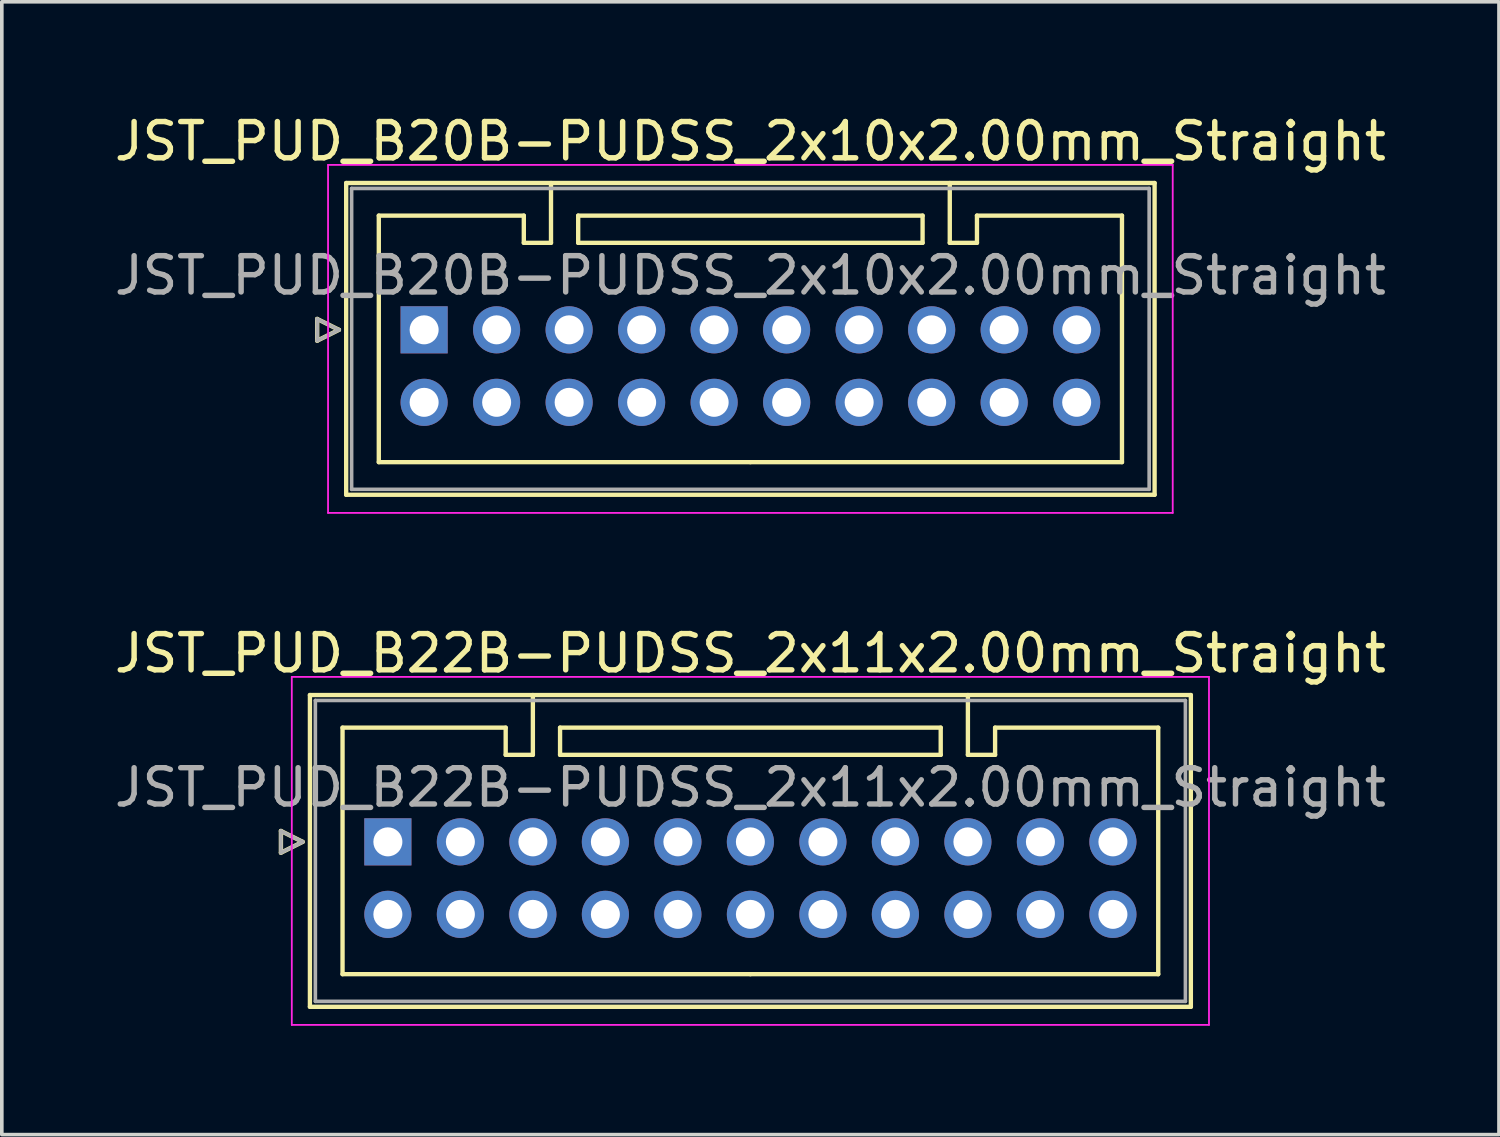
<source format=kicad_pcb>
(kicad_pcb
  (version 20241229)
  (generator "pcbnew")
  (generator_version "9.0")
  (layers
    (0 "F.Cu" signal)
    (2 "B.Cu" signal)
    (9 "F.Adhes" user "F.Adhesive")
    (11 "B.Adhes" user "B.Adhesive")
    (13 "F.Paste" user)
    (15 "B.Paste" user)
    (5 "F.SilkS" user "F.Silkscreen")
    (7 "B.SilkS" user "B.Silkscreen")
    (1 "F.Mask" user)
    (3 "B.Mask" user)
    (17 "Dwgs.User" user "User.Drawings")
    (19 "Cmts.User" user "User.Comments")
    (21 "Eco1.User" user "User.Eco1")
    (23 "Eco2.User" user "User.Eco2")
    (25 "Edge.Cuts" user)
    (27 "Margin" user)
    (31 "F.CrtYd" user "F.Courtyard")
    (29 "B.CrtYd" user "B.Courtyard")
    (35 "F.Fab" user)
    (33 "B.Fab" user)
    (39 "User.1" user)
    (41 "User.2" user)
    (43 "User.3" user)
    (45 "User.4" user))
  (footprint "JST_PUD_B22B-PUDSS_2x11x2.00mm_Straight"
    (layer "F.Cu")
    (at 7.649 20.172)
    (property "Reference" "JST_PUD_B22B-PUDSS_2x11x2.00mm_Straight" (at 10 -5.2 0) (layer "F.SilkS") (effects (font (size 1 1) (thickness 0.15))))
    (attr through_hole)
    (fp_line (start -2.95 -0.3) (end -2.35 0) (stroke (width 0.12) (type solid)) (layer "F.SilkS"))
    (fp_line (start -2.95 0.3) (end -2.95 -0.3) (stroke (width 0.12) (type solid)) (layer "F.SilkS"))
    (fp_line (start -2.35 0) (end -2.95 0.3) (stroke (width 0.12) (type solid)) (layer "F.SilkS"))
    (fp_line (start -2.15 -4.05) (end -2.15 4.55) (stroke (width 0.12) (type solid)) (layer "F.SilkS"))
    (fp_line (start -2.15 4.55) (end 22.15 4.55) (stroke (width 0.12) (type solid)) (layer "F.SilkS"))
    (fp_line (start -1.25 -3.15) (end -1.25 3.65) (stroke (width 0.12) (type solid)) (layer "F.SilkS"))
    (fp_line (start -1.25 3.65) (end 10 3.65) (stroke (width 0.12) (type solid)) (layer "F.SilkS"))
    (fp_line (start 3.25 -3.15) (end -1.25 -3.15) (stroke (width 0.12) (type solid)) (layer "F.SilkS"))
    (fp_line (start 3.25 -2.4) (end 3.25 -3.15) (stroke (width 0.12) (type solid)) (layer "F.SilkS"))
    (fp_line (start 4 -4.05) (end 4 -2.4) (stroke (width 0.12) (type solid)) (layer "F.SilkS"))
    (fp_line (start 4 -2.4) (end 3.25 -2.4) (stroke (width 0.12) (type solid)) (layer "F.SilkS"))
    (fp_line (start 4.75 -3.15) (end 4.75 -2.4) (stroke (width 0.12) (type solid)) (layer "F.SilkS"))
    (fp_line (start 4.75 -2.4) (end 15.25 -2.4) (stroke (width 0.12) (type solid)) (layer "F.SilkS"))
    (fp_line (start 15.25 -3.15) (end 4.75 -3.15) (stroke (width 0.12) (type solid)) (layer "F.SilkS"))
    (fp_line (start 15.25 -2.4) (end 15.25 -3.15) (stroke (width 0.12) (type solid)) (layer "F.SilkS"))
    (fp_line (start 16 -4.05) (end 16 -2.4) (stroke (width 0.12) (type solid)) (layer "F.SilkS"))
    (fp_line (start 16 -2.4) (end 16.75 -2.4) (stroke (width 0.12) (type solid)) (layer "F.SilkS"))
    (fp_line (start 16.75 -3.15) (end 21.25 -3.15) (stroke (width 0.12) (type solid)) (layer "F.SilkS"))
    (fp_line (start 16.75 -2.4) (end 16.75 -3.15) (stroke (width 0.12) (type solid)) (layer "F.SilkS"))
    (fp_line (start 21.25 -3.15) (end 21.25 3.65) (stroke (width 0.12) (type solid)) (layer "F.SilkS"))
    (fp_line (start 21.25 3.65) (end 10 3.65) (stroke (width 0.12) (type solid)) (layer "F.SilkS"))
    (fp_line (start 22.15 -4.05) (end -2.15 -4.05) (stroke (width 0.12) (type solid)) (layer "F.SilkS"))
    (fp_line (start 22.15 4.55) (end 22.15 -4.05) (stroke (width 0.12) (type solid)) (layer "F.SilkS"))
    (fp_line (start -2.65 -4.55) (end -2.65 5.05) (stroke (width 0.05) (type solid)) (layer "F.CrtYd"))
    (fp_line (start -2.65 5.05) (end 22.65 5.05) (stroke (width 0.05) (type solid)) (layer "F.CrtYd"))
    (fp_line (start 22.65 -4.55) (end -2.65 -4.55) (stroke (width 0.05) (type solid)) (layer "F.CrtYd"))
    (fp_line (start 22.65 5.05) (end 22.65 -4.55) (stroke (width 0.05) (type solid)) (layer "F.CrtYd"))
    (fp_line (start -2.95 -0.3) (end -2.35 0) (stroke (width 0.1) (type solid)) (layer "F.Fab"))
    (fp_line (start -2.95 0.3) (end -2.95 -0.3) (stroke (width 0.1) (type solid)) (layer "F.Fab"))
    (fp_line (start -2.35 0) (end -2.95 0.3) (stroke (width 0.1) (type solid)) (layer "F.Fab"))
    (fp_line (start -2 -3.9) (end -2 4.4) (stroke (width 0.1) (type solid)) (layer "F.Fab"))
    (fp_line (start -2 4.4) (end 22 4.4) (stroke (width 0.1) (type solid)) (layer "F.Fab"))
    (fp_line (start 22 -3.9) (end -2 -3.9) (stroke (width 0.1) (type solid)) (layer "F.Fab"))
    (fp_line (start 22 4.4) (end 22 -3.9) (stroke (width 0.1) (type solid)) (layer "F.Fab"))
    (fp_text user "${REFERENCE}" (at 10 -1.5 0) (layer "F.Fab") (effects (font (size 1 1) (thickness 0.15))))
    (pad "1" thru_hole rect (at 0 0) (size 1.3 1.3) (drill 0.8) (layers "*.Cu" "*.Mask"))
    (pad "2" thru_hole circle (at 0 2) (size 1.3 1.3) (drill 0.8) (layers "*.Cu" "*.Mask"))
    (pad "3" thru_hole circle (at 2 0) (size 1.3 1.3) (drill 0.8) (layers "*.Cu" "*.Mask"))
    (pad "4" thru_hole circle (at 2 2) (size 1.3 1.3) (drill 0.8) (layers "*.Cu" "*.Mask"))
    (pad "5" thru_hole circle (at 4 0) (size 1.3 1.3) (drill 0.8) (layers "*.Cu" "*.Mask"))
    (pad "6" thru_hole circle (at 4 2) (size 1.3 1.3) (drill 0.8) (layers "*.Cu" "*.Mask"))
    (pad "7" thru_hole circle (at 6 0) (size 1.3 1.3) (drill 0.8) (layers "*.Cu" "*.Mask"))
    (pad "8" thru_hole circle (at 6 2) (size 1.3 1.3) (drill 0.8) (layers "*.Cu" "*.Mask"))
    (pad "9" thru_hole circle (at 8 0) (size 1.3 1.3) (drill 0.8) (layers "*.Cu" "*.Mask"))
    (pad "10" thru_hole circle (at 8 2) (size 1.3 1.3) (drill 0.8) (layers "*.Cu" "*.Mask"))
    (pad "11" thru_hole circle (at 10 0) (size 1.3 1.3) (drill 0.8) (layers "*.Cu" "*.Mask"))
    (pad "12" thru_hole circle (at 10 2) (size 1.3 1.3) (drill 0.8) (layers "*.Cu" "*.Mask"))
    (pad "13" thru_hole circle (at 12 0) (size 1.3 1.3) (drill 0.8) (layers "*.Cu" "*.Mask"))
    (pad "14" thru_hole circle (at 12 2) (size 1.3 1.3) (drill 0.8) (layers "*.Cu" "*.Mask"))
    (pad "15" thru_hole circle (at 14 0) (size 1.3 1.3) (drill 0.8) (layers "*.Cu" "*.Mask"))
    (pad "16" thru_hole circle (at 14 2) (size 1.3 1.3) (drill 0.8) (layers "*.Cu" "*.Mask"))
    (pad "17" thru_hole circle (at 16 0) (size 1.3 1.3) (drill 0.8) (layers "*.Cu" "*.Mask"))
    (pad "18" thru_hole circle (at 16 2) (size 1.3 1.3) (drill 0.8) (layers "*.Cu" "*.Mask"))
    (pad "19" thru_hole circle (at 18 0) (size 1.3 1.3) (drill 0.8) (layers "*.Cu" "*.Mask"))
    (pad "20" thru_hole circle (at 18 2) (size 1.3 1.3) (drill 0.8) (layers "*.Cu" "*.Mask"))
    (pad "21" thru_hole circle (at 20 0) (size 1.3 1.3) (drill 0.8) (layers "*.Cu" "*.Mask"))
    (pad "22" thru_hole circle (at 20 2) (size 1.3 1.3) (drill 0.8) (layers "*.Cu" "*.Mask")))
  (footprint "JST_PUD_B20B-PUDSS_2x10x2.00mm_Straight"
    (layer "F.Cu")
    (at 8.649 6.048)
    (property "Reference" "JST_PUD_B20B-PUDSS_2x10x2.00mm_Straight" (at 9 -5.2 0) (layer "F.SilkS") (effects (font (size 1 1) (thickness 0.15))))
    (attr through_hole)
    (fp_line (start -2.95 -0.3) (end -2.35 0) (stroke (width 0.12) (type solid)) (layer "F.SilkS"))
    (fp_line (start -2.95 0.3) (end -2.95 -0.3) (stroke (width 0.12) (type solid)) (layer "F.SilkS"))
    (fp_line (start -2.35 0) (end -2.95 0.3) (stroke (width 0.12) (type solid)) (layer "F.SilkS"))
    (fp_line (start -2.15 -4.05) (end -2.15 4.55) (stroke (width 0.12) (type solid)) (layer "F.SilkS"))
    (fp_line (start -2.15 4.55) (end 20.15 4.55) (stroke (width 0.12) (type solid)) (layer "F.SilkS"))
    (fp_line (start -1.25 -3.15) (end -1.25 3.65) (stroke (width 0.12) (type solid)) (layer "F.SilkS"))
    (fp_line (start -1.25 3.65) (end 9 3.65) (stroke (width 0.12) (type solid)) (layer "F.SilkS"))
    (fp_line (start 2.75 -3.15) (end -1.25 -3.15) (stroke (width 0.12) (type solid)) (layer "F.SilkS"))
    (fp_line (start 2.75 -2.4) (end 2.75 -3.15) (stroke (width 0.12) (type solid)) (layer "F.SilkS"))
    (fp_line (start 3.5 -4.05) (end 3.5 -2.4) (stroke (width 0.12) (type solid)) (layer "F.SilkS"))
    (fp_line (start 3.5 -2.4) (end 2.75 -2.4) (stroke (width 0.12) (type solid)) (layer "F.SilkS"))
    (fp_line (start 4.25 -3.15) (end 4.25 -2.4) (stroke (width 0.12) (type solid)) (layer "F.SilkS"))
    (fp_line (start 4.25 -2.4) (end 13.75 -2.4) (stroke (width 0.12) (type solid)) (layer "F.SilkS"))
    (fp_line (start 13.75 -3.15) (end 4.25 -3.15) (stroke (width 0.12) (type solid)) (layer "F.SilkS"))
    (fp_line (start 13.75 -2.4) (end 13.75 -3.15) (stroke (width 0.12) (type solid)) (layer "F.SilkS"))
    (fp_line (start 14.5 -4.05) (end 14.5 -2.4) (stroke (width 0.12) (type solid)) (layer "F.SilkS"))
    (fp_line (start 14.5 -2.4) (end 15.25 -2.4) (stroke (width 0.12) (type solid)) (layer "F.SilkS"))
    (fp_line (start 15.25 -3.15) (end 19.25 -3.15) (stroke (width 0.12) (type solid)) (layer "F.SilkS"))
    (fp_line (start 15.25 -2.4) (end 15.25 -3.15) (stroke (width 0.12) (type solid)) (layer "F.SilkS"))
    (fp_line (start 19.25 -3.15) (end 19.25 3.65) (stroke (width 0.12) (type solid)) (layer "F.SilkS"))
    (fp_line (start 19.25 3.65) (end 9 3.65) (stroke (width 0.12) (type solid)) (layer "F.SilkS"))
    (fp_line (start 20.15 -4.05) (end -2.15 -4.05) (stroke (width 0.12) (type solid)) (layer "F.SilkS"))
    (fp_line (start 20.15 4.55) (end 20.15 -4.05) (stroke (width 0.12) (type solid)) (layer "F.SilkS"))
    (fp_line (start -2.65 -4.55) (end -2.65 5.05) (stroke (width 0.05) (type solid)) (layer "F.CrtYd"))
    (fp_line (start -2.65 5.05) (end 20.65 5.05) (stroke (width 0.05) (type solid)) (layer "F.CrtYd"))
    (fp_line (start 20.65 -4.55) (end -2.65 -4.55) (stroke (width 0.05) (type solid)) (layer "F.CrtYd"))
    (fp_line (start 20.65 5.05) (end 20.65 -4.55) (stroke (width 0.05) (type solid)) (layer "F.CrtYd"))
    (fp_line (start -2.95 -0.3) (end -2.35 0) (stroke (width 0.1) (type solid)) (layer "F.Fab"))
    (fp_line (start -2.95 0.3) (end -2.95 -0.3) (stroke (width 0.1) (type solid)) (layer "F.Fab"))
    (fp_line (start -2.35 0) (end -2.95 0.3) (stroke (width 0.1) (type solid)) (layer "F.Fab"))
    (fp_line (start -2 -3.9) (end -2 4.4) (stroke (width 0.1) (type solid)) (layer "F.Fab"))
    (fp_line (start -2 4.4) (end 20 4.4) (stroke (width 0.1) (type solid)) (layer "F.Fab"))
    (fp_line (start 20 -3.9) (end -2 -3.9) (stroke (width 0.1) (type solid)) (layer "F.Fab"))
    (fp_line (start 20 4.4) (end 20 -3.9) (stroke (width 0.1) (type solid)) (layer "F.Fab"))
    (fp_text user "${REFERENCE}" (at 9 -1.5 0) (layer "F.Fab") (effects (font (size 1 1) (thickness 0.15))))
    (pad "1" thru_hole rect (at 0 0) (size 1.3 1.3) (drill 0.8) (layers "*.Cu" "*.Mask"))
    (pad "2" thru_hole circle (at 0 2) (size 1.3 1.3) (drill 0.8) (layers "*.Cu" "*.Mask"))
    (pad "3" thru_hole circle (at 2 0) (size 1.3 1.3) (drill 0.8) (layers "*.Cu" "*.Mask"))
    (pad "4" thru_hole circle (at 2 2) (size 1.3 1.3) (drill 0.8) (layers "*.Cu" "*.Mask"))
    (pad "5" thru_hole circle (at 4 0) (size 1.3 1.3) (drill 0.8) (layers "*.Cu" "*.Mask"))
    (pad "6" thru_hole circle (at 4 2) (size 1.3 1.3) (drill 0.8) (layers "*.Cu" "*.Mask"))
    (pad "7" thru_hole circle (at 6 0) (size 1.3 1.3) (drill 0.8) (layers "*.Cu" "*.Mask"))
    (pad "8" thru_hole circle (at 6 2) (size 1.3 1.3) (drill 0.8) (layers "*.Cu" "*.Mask"))
    (pad "9" thru_hole circle (at 8 0) (size 1.3 1.3) (drill 0.8) (layers "*.Cu" "*.Mask"))
    (pad "10" thru_hole circle (at 8 2) (size 1.3 1.3) (drill 0.8) (layers "*.Cu" "*.Mask"))
    (pad "11" thru_hole circle (at 10 0) (size 1.3 1.3) (drill 0.8) (layers "*.Cu" "*.Mask"))
    (pad "12" thru_hole circle (at 10 2) (size 1.3 1.3) (drill 0.8) (layers "*.Cu" "*.Mask"))
    (pad "13" thru_hole circle (at 12 0) (size 1.3 1.3) (drill 0.8) (layers "*.Cu" "*.Mask"))
    (pad "14" thru_hole circle (at 12 2) (size 1.3 1.3) (drill 0.8) (layers "*.Cu" "*.Mask"))
    (pad "15" thru_hole circle (at 14 0) (size 1.3 1.3) (drill 0.8) (layers "*.Cu" "*.Mask"))
    (pad "16" thru_hole circle (at 14 2) (size 1.3 1.3) (drill 0.8) (layers "*.Cu" "*.Mask"))
    (pad "17" thru_hole circle (at 16 0) (size 1.3 1.3) (drill 0.8) (layers "*.Cu" "*.Mask"))
    (pad "18" thru_hole circle (at 16 2) (size 1.3 1.3) (drill 0.8) (layers "*.Cu" "*.Mask"))
    (pad "19" thru_hole circle (at 18 0) (size 1.3 1.3) (drill 0.8) (layers "*.Cu" "*.Mask"))
    (pad "20" thru_hole circle (at 18 2) (size 1.3 1.3) (drill 0.8) (layers "*.Cu" "*.Mask")))
  (gr_rect
    (start -3 -3)
    (end 38.298 28.247)
    (stroke (width 0.1) (type default))
    (fill no)
    (layer "Edge.Cuts")))
</source>
